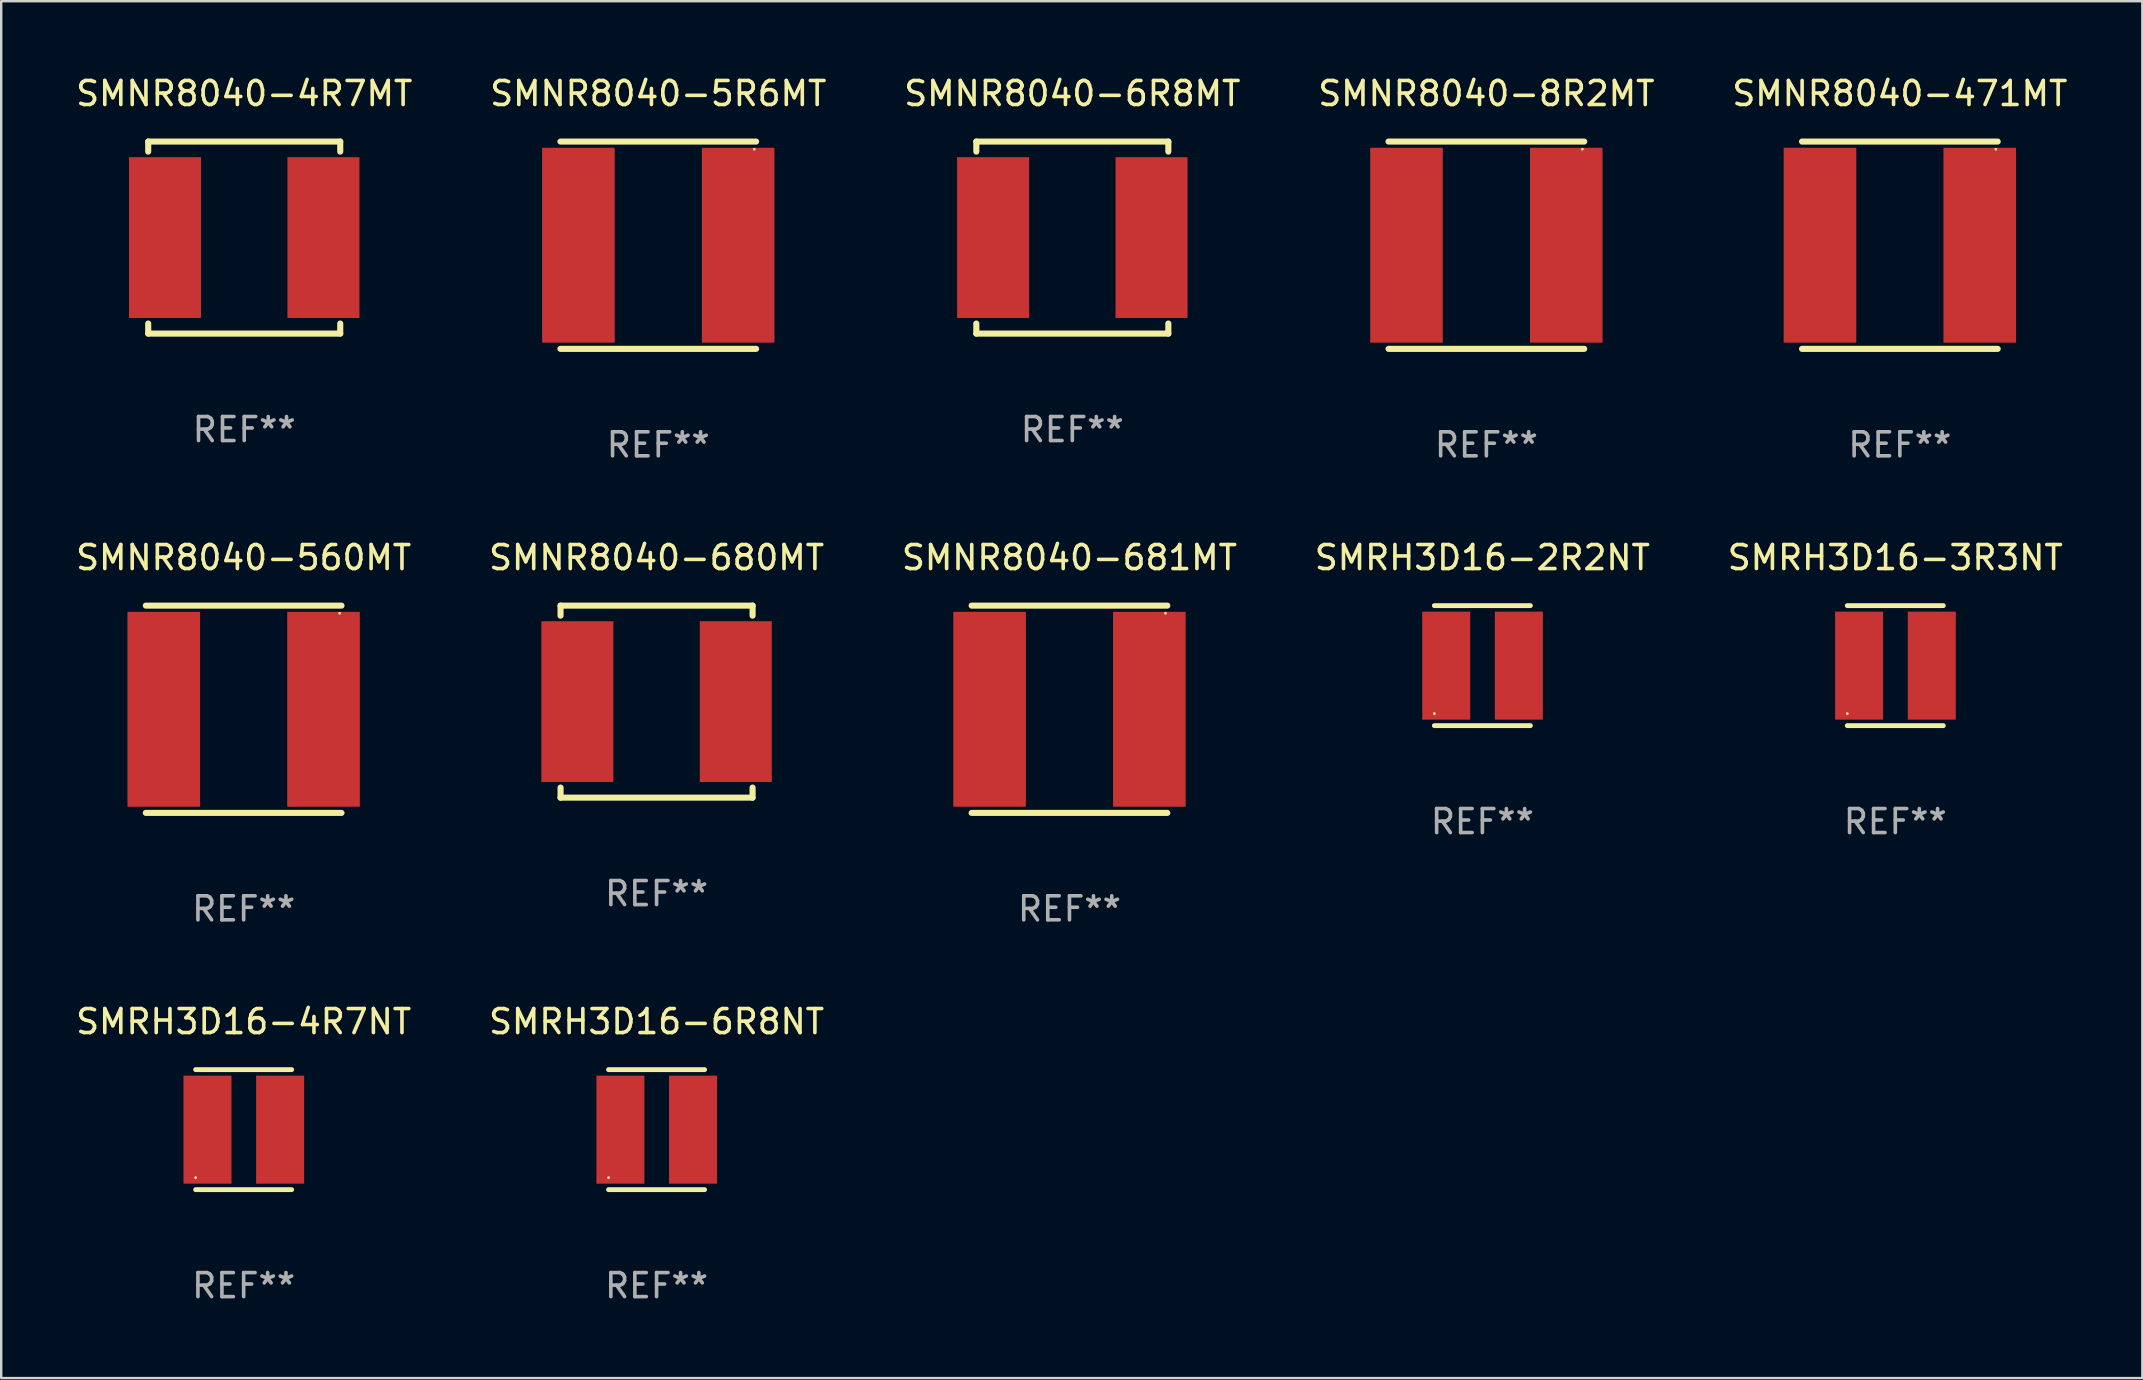
<source format=kicad_pcb>
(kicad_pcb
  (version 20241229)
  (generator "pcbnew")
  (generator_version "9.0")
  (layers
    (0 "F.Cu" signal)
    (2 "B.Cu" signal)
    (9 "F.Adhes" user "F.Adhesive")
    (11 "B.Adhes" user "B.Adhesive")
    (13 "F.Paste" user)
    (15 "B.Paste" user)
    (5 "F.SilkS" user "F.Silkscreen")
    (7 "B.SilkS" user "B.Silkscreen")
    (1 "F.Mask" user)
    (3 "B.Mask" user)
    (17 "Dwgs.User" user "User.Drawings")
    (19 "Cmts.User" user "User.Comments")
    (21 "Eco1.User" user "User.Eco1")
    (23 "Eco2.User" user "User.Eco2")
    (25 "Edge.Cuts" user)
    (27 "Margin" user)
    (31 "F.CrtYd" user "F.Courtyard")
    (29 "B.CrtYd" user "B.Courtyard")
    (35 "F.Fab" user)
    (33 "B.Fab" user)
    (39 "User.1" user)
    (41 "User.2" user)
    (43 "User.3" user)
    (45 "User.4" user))
  (footprint "SMRH3D16-2R2NT"
    (layer "F.Cu")
    (at 58.708 24.681)
    (property "Reference" "SMRH3D16-2R2NT" (at 0 -4.5 0) (layer "F.SilkS") (effects (font (size 1 1) (thickness 0.15))))
    (attr through_hole)
    (fp_line (start -2 -2.5) (end 2 -2.5) (stroke (width 0.203) (type solid)) (layer "F.SilkS"))
    (fp_line (start -2 2.5) (end 2 2.5) (stroke (width 0.203) (type solid)) (layer "F.SilkS"))
    (fp_circle (center -2 2) (end -1.97 2) (stroke (width 0.06) (type solid)) (fill no) (layer "F.SilkS"))
    (fp_text user "REF**" (at 0 6.5 0) (layer "F.Fab") (effects (font (size 1 1) (thickness 0.15))))
    (pad "1" smd rect (at -1.507 0) (size 2 4.5) (layers "F.Cu" "F.Mask" "F.Paste"))
    (pad "2" smd rect (at 1.52 0) (size 2 4.5) (layers "F.Cu" "F.Mask" "F.Paste")))
  (footprint "SMRH3D16-6R8NT"
    (layer "F.Cu")
    (at 24.304 44.013)
    (property "Reference" "SMRH3D16-6R8NT" (at 0 -4.5 0) (layer "F.SilkS") (effects (font (size 1 1) (thickness 0.15))))
    (attr through_hole)
    (fp_line (start -2 -2.5) (end 2 -2.5) (stroke (width 0.203) (type solid)) (layer "F.SilkS"))
    (fp_line (start -2 2.5) (end 2 2.5) (stroke (width 0.203) (type solid)) (layer "F.SilkS"))
    (fp_circle (center -2 2) (end -1.97 2) (stroke (width 0.06) (type solid)) (fill no) (layer "F.SilkS"))
    (fp_text user "REF**" (at 0 6.5 0) (layer "F.Fab") (effects (font (size 1 1) (thickness 0.15))))
    (pad "1" smd rect (at -1.507 0) (size 2 4.5) (layers "F.Cu" "F.Mask" "F.Paste"))
    (pad "2" smd rect (at 1.52 0) (size 2 4.5) (layers "F.Cu" "F.Mask" "F.Paste")))
  (footprint "SMRH3D16-3R3NT"
    (layer "F.Cu")
    (at 75.911 24.681)
    (property "Reference" "SMRH3D16-3R3NT" (at 0 -4.5 0) (layer "F.SilkS") (effects (font (size 1 1) (thickness 0.15))))
    (attr through_hole)
    (fp_line (start -2 -2.5) (end 2 -2.5) (stroke (width 0.203) (type solid)) (layer "F.SilkS"))
    (fp_line (start -2 2.5) (end 2 2.5) (stroke (width 0.203) (type solid)) (layer "F.SilkS"))
    (fp_circle (center -2 2) (end -1.97 2) (stroke (width 0.06) (type solid)) (fill no) (layer "F.SilkS"))
    (fp_text user "REF**" (at 0 6.5 0) (layer "F.Fab") (effects (font (size 1 1) (thickness 0.15))))
    (pad "1" smd rect (at -1.507 0) (size 2 4.5) (layers "F.Cu" "F.Mask" "F.Paste"))
    (pad "2" smd rect (at 1.52 0) (size 2 4.5) (layers "F.Cu" "F.Mask" "F.Paste")))
  (footprint "SMNR8040-560MT"
    (layer "F.Cu")
    (at 7.101 26.499)
    (property "Reference" "SMNR8040-560MT" (at 0 -6.318 0) (layer "F.SilkS") (effects (font (size 1 1) (thickness 0.15))))
    (attr through_hole)
    (fp_line (start -4.076 -4.318) (end 4.076 -4.318) (stroke (width 0.254) (type solid)) (layer "F.SilkS"))
    (fp_line (start -4.076 4.318) (end 4.076 4.318) (stroke (width 0.254) (type solid)) (layer "F.SilkS"))
    (fp_circle (center 4 -4) (end 4.03 -4) (stroke (width 0.06) (type solid)) (fill no) (layer "F.SilkS"))
    (fp_text user "REF**" (at 0 8.318 0) (layer "F.Fab") (effects (font (size 1 1) (thickness 0.15))))
    (pad "1" smd rect (at 3.328 0) (size 3.024 8.12) (layers "F.Cu" "F.Mask" "F.Paste"))
    (pad "2" smd rect (at -3.328 0) (size 3.024 8.12) (layers "F.Cu" "F.Mask" "F.Paste")))
  (footprint "SMNR8040-471MT"
    (layer "F.Cu")
    (at 76.101 7.166)
    (property "Reference" "SMNR8040-471MT" (at 0 -6.318 0) (layer "F.SilkS") (effects (font (size 1 1) (thickness 0.15))))
    (attr through_hole)
    (fp_line (start -4.076 -4.318) (end 4.076 -4.318) (stroke (width 0.254) (type solid)) (layer "F.SilkS"))
    (fp_line (start -4.076 4.318) (end 4.076 4.318) (stroke (width 0.254) (type solid)) (layer "F.SilkS"))
    (fp_circle (center 4 -4) (end 4.03 -4) (stroke (width 0.06) (type solid)) (fill no) (layer "F.SilkS"))
    (fp_text user "REF**" (at 0 8.318 0) (layer "F.Fab") (effects (font (size 1 1) (thickness 0.15))))
    (pad "1" smd rect (at 3.328 0) (size 3.024 8.12) (layers "F.Cu" "F.Mask" "F.Paste"))
    (pad "2" smd rect (at -3.328 0) (size 3.024 8.12) (layers "F.Cu" "F.Mask" "F.Paste")))
  (footprint "SMNR8040-681MT"
    (layer "F.Cu")
    (at 41.506 26.499)
    (property "Reference" "SMNR8040-681MT" (at 0 -6.318 0) (layer "F.SilkS") (effects (font (size 1 1) (thickness 0.15))))
    (attr through_hole)
    (fp_line (start -4.076 -4.318) (end 4.076 -4.318) (stroke (width 0.254) (type solid)) (layer "F.SilkS"))
    (fp_line (start -4.076 4.318) (end 4.076 4.318) (stroke (width 0.254) (type solid)) (layer "F.SilkS"))
    (fp_circle (center 4 -4) (end 4.03 -4) (stroke (width 0.06) (type solid)) (fill no) (layer "F.SilkS"))
    (fp_text user "REF**" (at 0 8.318 0) (layer "F.Fab") (effects (font (size 1 1) (thickness 0.15))))
    (pad "1" smd rect (at 3.328 0) (size 3.024 8.12) (layers "F.Cu" "F.Mask" "F.Paste"))
    (pad "2" smd rect (at -3.328 0) (size 3.024 8.12) (layers "F.Cu" "F.Mask" "F.Paste")))
  (footprint "SMNR8040-8R2MT"
    (layer "F.Cu")
    (at 58.875 7.166)
    (property "Reference" "SMNR8040-8R2MT" (at 0 -6.318 0) (layer "F.SilkS") (effects (font (size 1 1) (thickness 0.15))))
    (attr through_hole)
    (fp_line (start -4.076 -4.318) (end 4.076 -4.318) (stroke (width 0.254) (type solid)) (layer "F.SilkS"))
    (fp_line (start -4.076 4.318) (end 4.076 4.318) (stroke (width 0.254) (type solid)) (layer "F.SilkS"))
    (fp_circle (center 4 -4) (end 4.03 -4) (stroke (width 0.06) (type solid)) (fill no) (layer "F.SilkS"))
    (fp_text user "REF**" (at 0 8.318 0) (layer "F.Fab") (effects (font (size 1 1) (thickness 0.15))))
    (pad "1" smd rect (at 3.328 0) (size 3.024 8.12) (layers "F.Cu" "F.Mask" "F.Paste"))
    (pad "2" smd rect (at -3.328 0) (size 3.024 8.12) (layers "F.Cu" "F.Mask" "F.Paste")))
  (footprint "SMNR8040-6R8MT"
    (layer "F.Cu")
    (at 41.625 6.848)
    (property "Reference" "SMNR8040-6R8MT" (at 0 -6 0) (layer "F.SilkS") (effects (font (size 1 1) (thickness 0.15))))
    (attr through_hole)
    (fp_line (start -4 -4) (end 4 -4) (stroke (width 0.254) (type solid)) (layer "F.SilkS"))
    (fp_line (start -4 -3.581) (end -4 -4) (stroke (width 0.254) (type solid)) (layer "F.SilkS"))
    (fp_line (start -4 4) (end -4 3.581) (stroke (width 0.254) (type solid)) (layer "F.SilkS"))
    (fp_line (start 4 -4) (end 4 -3.581) (stroke (width 0.254) (type solid)) (layer "F.SilkS"))
    (fp_line (start 4 3.581) (end 4 4) (stroke (width 0.254) (type solid)) (layer "F.SilkS"))
    (fp_line (start 4 4) (end -4 4) (stroke (width 0.254) (type solid)) (layer "F.SilkS"))
    (fp_circle (center -4 4) (end -3.97 4) (stroke (width 0.06) (type solid)) (fill no) (layer "F.SilkS"))
    (fp_text user "REF**" (at 0 8 0) (layer "F.Fab") (effects (font (size 1 1) (thickness 0.15))))
    (pad "1" smd rect (at -3.3 0) (size 3 6.7) (layers "F.Cu" "F.Mask" "F.Paste"))
    (pad "2" smd rect (at 3.3 0) (size 3 6.7) (layers "F.Cu" "F.Mask" "F.Paste")))
  (footprint "SMRH3D16-4R7NT"
    (layer "F.Cu")
    (at 7.101 44.013)
    (property "Reference" "SMRH3D16-4R7NT" (at 0 -4.5 0) (layer "F.SilkS") (effects (font (size 1 1) (thickness 0.15))))
    (attr through_hole)
    (fp_line (start -2 -2.5) (end 2 -2.5) (stroke (width 0.203) (type solid)) (layer "F.SilkS"))
    (fp_line (start -2 2.5) (end 2 2.5) (stroke (width 0.203) (type solid)) (layer "F.SilkS"))
    (fp_circle (center -2 2) (end -1.97 2) (stroke (width 0.06) (type solid)) (fill no) (layer "F.SilkS"))
    (fp_text user "REF**" (at 0 6.5 0) (layer "F.Fab") (effects (font (size 1 1) (thickness 0.15))))
    (pad "1" smd rect (at -1.507 0) (size 2 4.5) (layers "F.Cu" "F.Mask" "F.Paste"))
    (pad "2" smd rect (at 1.52 0) (size 2 4.5) (layers "F.Cu" "F.Mask" "F.Paste")))
  (footprint "SMNR8040-5R6MT"
    (layer "F.Cu")
    (at 24.375 7.166)
    (property "Reference" "SMNR8040-5R6MT" (at 0 -6.318 0) (layer "F.SilkS") (effects (font (size 1 1) (thickness 0.15))))
    (attr through_hole)
    (fp_line (start -4.076 -4.318) (end 4.076 -4.318) (stroke (width 0.254) (type solid)) (layer "F.SilkS"))
    (fp_line (start -4.076 4.318) (end 4.076 4.318) (stroke (width 0.254) (type solid)) (layer "F.SilkS"))
    (fp_circle (center 4 -4) (end 4.03 -4) (stroke (width 0.06) (type solid)) (fill no) (layer "F.SilkS"))
    (fp_text user "REF**" (at 0 8.318 0) (layer "F.Fab") (effects (font (size 1 1) (thickness 0.15))))
    (pad "1" smd rect (at 3.328 0) (size 3.024 8.12) (layers "F.Cu" "F.Mask" "F.Paste"))
    (pad "2" smd rect (at -3.328 0) (size 3.024 8.12) (layers "F.Cu" "F.Mask" "F.Paste")))
  (footprint "SMNR8040-680MT"
    (layer "F.Cu")
    (at 24.304 26.181)
    (property "Reference" "SMNR8040-680MT" (at 0 -6 0) (layer "F.SilkS") (effects (font (size 1 1) (thickness 0.15))))
    (attr through_hole)
    (fp_line (start -4 -4) (end 4 -4) (stroke (width 0.254) (type solid)) (layer "F.SilkS"))
    (fp_line (start -4 -3.581) (end -4 -4) (stroke (width 0.254) (type solid)) (layer "F.SilkS"))
    (fp_line (start -4 4) (end -4 3.581) (stroke (width 0.254) (type solid)) (layer "F.SilkS"))
    (fp_line (start 4 -4) (end 4 -3.581) (stroke (width 0.254) (type solid)) (layer "F.SilkS"))
    (fp_line (start 4 3.581) (end 4 4) (stroke (width 0.254) (type solid)) (layer "F.SilkS"))
    (fp_line (start 4 4) (end -4 4) (stroke (width 0.254) (type solid)) (layer "F.SilkS"))
    (fp_circle (center -4 4) (end -3.97 4) (stroke (width 0.06) (type solid)) (fill no) (layer "F.SilkS"))
    (fp_text user "REF**" (at 0 8 0) (layer "F.Fab") (effects (font (size 1 1) (thickness 0.15))))
    (pad "1" smd rect (at -3.3 0) (size 3 6.7) (layers "F.Cu" "F.Mask" "F.Paste"))
    (pad "2" smd rect (at 3.3 0) (size 3 6.7) (layers "F.Cu" "F.Mask" "F.Paste")))
  (footprint "SMNR8040-4R7MT"
    (layer "F.Cu")
    (at 7.125 6.848)
    (property "Reference" "SMNR8040-4R7MT" (at 0 -6 0) (layer "F.SilkS") (effects (font (size 1 1) (thickness 0.15))))
    (attr through_hole)
    (fp_line (start -4 -4) (end 4 -4) (stroke (width 0.254) (type solid)) (layer "F.SilkS"))
    (fp_line (start -4 -3.581) (end -4 -4) (stroke (width 0.254) (type solid)) (layer "F.SilkS"))
    (fp_line (start -4 4) (end -4 3.581) (stroke (width 0.254) (type solid)) (layer "F.SilkS"))
    (fp_line (start 4 -4) (end 4 -3.581) (stroke (width 0.254) (type solid)) (layer "F.SilkS"))
    (fp_line (start 4 3.581) (end 4 4) (stroke (width 0.254) (type solid)) (layer "F.SilkS"))
    (fp_line (start 4 4) (end -4 4) (stroke (width 0.254) (type solid)) (layer "F.SilkS"))
    (fp_circle (center -4 4) (end -3.97 4) (stroke (width 0.06) (type solid)) (fill no) (layer "F.SilkS"))
    (fp_text user "REF**" (at 0 8 0) (layer "F.Fab") (effects (font (size 1 1) (thickness 0.15))))
    (pad "1" smd rect (at -3.3 0) (size 3 6.7) (layers "F.Cu" "F.Mask" "F.Paste"))
    (pad "2" smd rect (at 3.3 0) (size 3 6.7) (layers "F.Cu" "F.Mask" "F.Paste")))
  (gr_rect
    (start -3 -3)
    (end 86.202 54.362)
    (stroke (width 0.1) (type default))
    (fill no)
    (layer "Edge.Cuts")))
</source>
